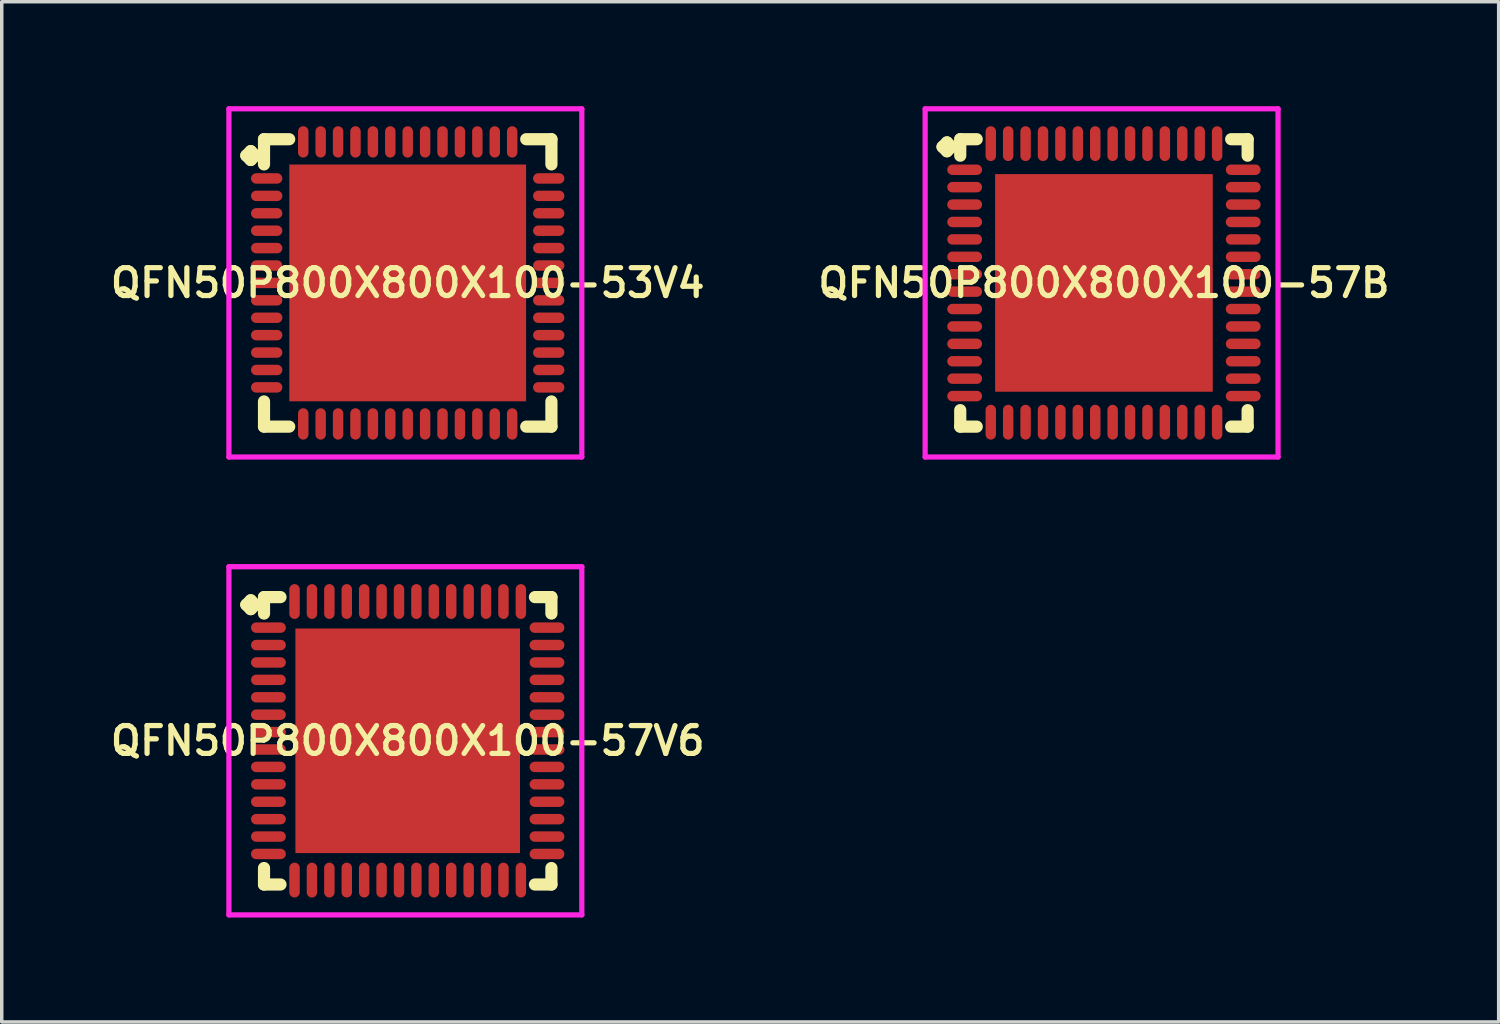
<source format=kicad_pcb>
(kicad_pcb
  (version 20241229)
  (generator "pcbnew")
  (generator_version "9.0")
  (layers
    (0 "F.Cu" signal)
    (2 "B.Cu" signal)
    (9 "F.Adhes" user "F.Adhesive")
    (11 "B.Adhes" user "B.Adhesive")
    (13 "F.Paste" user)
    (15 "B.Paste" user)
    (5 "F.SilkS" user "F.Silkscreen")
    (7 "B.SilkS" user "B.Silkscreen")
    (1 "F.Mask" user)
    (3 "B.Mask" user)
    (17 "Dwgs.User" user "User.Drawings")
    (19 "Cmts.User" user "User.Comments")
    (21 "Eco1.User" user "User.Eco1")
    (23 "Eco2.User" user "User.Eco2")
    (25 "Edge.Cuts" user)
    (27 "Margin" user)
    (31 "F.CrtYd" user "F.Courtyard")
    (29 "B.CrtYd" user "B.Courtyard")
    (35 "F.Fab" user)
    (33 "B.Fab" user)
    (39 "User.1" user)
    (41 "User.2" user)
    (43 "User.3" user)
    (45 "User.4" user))
  (footprint "QFN50P800X800X100-53V4"
    (layer "F.Cu")
    (at 8.659 5.075)
    (property "Reference" "QFN50P800X800X100-53V4" (at 0 0 0) (layer "F.SilkS") (effects (font (size 0.8 0.8) (thickness 0.15))))
    (attr through_hole)
    (fp_line (start -4.635 -3.658) (end -4.508 -3.785) (stroke (width 0.35) (type solid)) (layer "F.SilkS"))
    (fp_line (start -4.508 -3.785) (end -4.381 -3.658) (stroke (width 0.35) (type solid)) (layer "F.SilkS"))
    (fp_line (start -4.508 -3.531) (end -4.635 -3.658) (stroke (width 0.35) (type solid)) (layer "F.SilkS"))
    (fp_line (start -4.381 -3.658) (end -4.508 -3.531) (stroke (width 0.35) (type solid)) (layer "F.SilkS"))
    (fp_line (start -4.127 -4.127) (end -3.404 -4.127) (stroke (width 0.35) (type solid)) (layer "F.SilkS"))
    (fp_line (start -4.127 -3.404) (end -4.127 -4.127) (stroke (width 0.35) (type solid)) (layer "F.SilkS"))
    (fp_line (start -4.127 3.404) (end -4.127 4.127) (stroke (width 0.35) (type solid)) (layer "F.SilkS"))
    (fp_line (start -4.127 4.127) (end -3.404 4.127) (stroke (width 0.35) (type solid)) (layer "F.SilkS"))
    (fp_line (start 3.404 -4.127) (end 4.127 -4.127) (stroke (width 0.35) (type solid)) (layer "F.SilkS"))
    (fp_line (start 3.404 4.127) (end 4.127 4.127) (stroke (width 0.35) (type solid)) (layer "F.SilkS"))
    (fp_line (start 4.127 -4.127) (end 4.127 -3.404) (stroke (width 0.35) (type solid)) (layer "F.SilkS"))
    (fp_line (start 4.127 4.127) (end 4.127 3.404) (stroke (width 0.35) (type solid)) (layer "F.SilkS"))
    (fp_line (start -5.135 -5) (end 5 -5) (stroke (width 0.15) (type solid)) (layer "F.CrtYd"))
    (fp_line (start -5.135 5) (end -5.135 -5) (stroke (width 0.15) (type solid)) (layer "F.CrtYd"))
    (fp_line (start 5 -5) (end 5 5) (stroke (width 0.15) (type solid)) (layer "F.CrtYd"))
    (fp_line (start 5 5) (end -5.135 5) (stroke (width 0.15) (type solid)) (layer "F.CrtYd"))
    (pad "1" smd oval (at -4.05 -3) (size 0.9 0.3) (layers "F.Cu" "F.Mask" "F.Paste"))
    (pad "2" smd oval (at -4.05 -2.5) (size 0.9 0.3) (layers "F.Cu" "F.Mask" "F.Paste"))
    (pad "3" smd oval (at -4.05 -2) (size 0.9 0.3) (layers "F.Cu" "F.Mask" "F.Paste"))
    (pad "4" smd oval (at -4.05 -1.5) (size 0.9 0.3) (layers "F.Cu" "F.Mask" "F.Paste"))
    (pad "5" smd oval (at -4.05 -1) (size 0.9 0.3) (layers "F.Cu" "F.Mask" "F.Paste"))
    (pad "6" smd oval (at -4.05 -0.5) (size 0.9 0.3) (layers "F.Cu" "F.Mask" "F.Paste"))
    (pad "7" smd oval (at -4.05 0) (size 0.9 0.3) (layers "F.Cu" "F.Mask" "F.Paste"))
    (pad "8" smd oval (at -4.05 0.5) (size 0.9 0.3) (layers "F.Cu" "F.Mask" "F.Paste"))
    (pad "9" smd oval (at -4.05 1) (size 0.9 0.3) (layers "F.Cu" "F.Mask" "F.Paste"))
    (pad "10" smd oval (at -4.05 1.5) (size 0.9 0.3) (layers "F.Cu" "F.Mask" "F.Paste"))
    (pad "11" smd oval (at -4.05 2) (size 0.9 0.3) (layers "F.Cu" "F.Mask" "F.Paste"))
    (pad "12" smd oval (at -4.05 2.5) (size 0.9 0.3) (layers "F.Cu" "F.Mask" "F.Paste"))
    (pad "13" smd oval (at -4.05 3) (size 0.9 0.3) (layers "F.Cu" "F.Mask" "F.Paste"))
    (pad "14" smd oval (at -3 4.05) (size 0.3 0.9) (layers "F.Cu" "F.Mask" "F.Paste"))
    (pad "15" smd oval (at -2.5 4.05) (size 0.3 0.9) (layers "F.Cu" "F.Mask" "F.Paste"))
    (pad "16" smd oval (at -2 4.05) (size 0.3 0.9) (layers "F.Cu" "F.Mask" "F.Paste"))
    (pad "17" smd oval (at -1.5 4.05) (size 0.3 0.9) (layers "F.Cu" "F.Mask" "F.Paste"))
    (pad "18" smd oval (at -1 4.05) (size 0.3 0.9) (layers "F.Cu" "F.Mask" "F.Paste"))
    (pad "19" smd oval (at -0.5 4.05) (size 0.3 0.9) (layers "F.Cu" "F.Mask" "F.Paste"))
    (pad "20" smd oval (at 0 4.05) (size 0.3 0.9) (layers "F.Cu" "F.Mask" "F.Paste"))
    (pad "21" smd oval (at 0.5 4.05) (size 0.3 0.9) (layers "F.Cu" "F.Mask" "F.Paste"))
    (pad "22" smd oval (at 1 4.05) (size 0.3 0.9) (layers "F.Cu" "F.Mask" "F.Paste"))
    (pad "23" smd oval (at 1.5 4.05) (size 0.3 0.9) (layers "F.Cu" "F.Mask" "F.Paste"))
    (pad "24" smd oval (at 2 4.05) (size 0.3 0.9) (layers "F.Cu" "F.Mask" "F.Paste"))
    (pad "25" smd oval (at 2.5 4.05) (size 0.3 0.9) (layers "F.Cu" "F.Mask" "F.Paste"))
    (pad "26" smd oval (at 3 4.05) (size 0.3 0.9) (layers "F.Cu" "F.Mask" "F.Paste"))
    (pad "27" smd oval (at 4.05 3) (size 0.9 0.3) (layers "F.Cu" "F.Mask" "F.Paste"))
    (pad "28" smd oval (at 4.05 2.5) (size 0.9 0.3) (layers "F.Cu" "F.Mask" "F.Paste"))
    (pad "29" smd oval (at 4.05 2) (size 0.9 0.3) (layers "F.Cu" "F.Mask" "F.Paste"))
    (pad "30" smd oval (at 4.05 1.5) (size 0.9 0.3) (layers "F.Cu" "F.Mask" "F.Paste"))
    (pad "31" smd oval (at 4.05 1) (size 0.9 0.3) (layers "F.Cu" "F.Mask" "F.Paste"))
    (pad "32" smd oval (at 4.05 0.5) (size 0.9 0.3) (layers "F.Cu" "F.Mask" "F.Paste"))
    (pad "33" smd oval (at 4.05 0) (size 0.9 0.3) (layers "F.Cu" "F.Mask" "F.Paste"))
    (pad "34" smd oval (at 4.05 -0.5) (size 0.9 0.3) (layers "F.Cu" "F.Mask" "F.Paste"))
    (pad "35" smd oval (at 4.05 -1) (size 0.9 0.3) (layers "F.Cu" "F.Mask" "F.Paste"))
    (pad "36" smd oval (at 4.05 -1.5) (size 0.9 0.3) (layers "F.Cu" "F.Mask" "F.Paste"))
    (pad "37" smd oval (at 4.05 -2) (size 0.9 0.3) (layers "F.Cu" "F.Mask" "F.Paste"))
    (pad "38" smd oval (at 4.05 -2.5) (size 0.9 0.3) (layers "F.Cu" "F.Mask" "F.Paste"))
    (pad "39" smd oval (at 4.05 -3) (size 0.9 0.3) (layers "F.Cu" "F.Mask" "F.Paste"))
    (pad "40" smd oval (at 3 -4.05) (size 0.3 0.9) (layers "F.Cu" "F.Mask" "F.Paste"))
    (pad "41" smd oval (at 2.5 -4.05) (size 0.3 0.9) (layers "F.Cu" "F.Mask" "F.Paste"))
    (pad "42" smd oval (at 2 -4.05) (size 0.3 0.9) (layers "F.Cu" "F.Mask" "F.Paste"))
    (pad "43" smd oval (at 1.5 -4.05) (size 0.3 0.9) (layers "F.Cu" "F.Mask" "F.Paste"))
    (pad "44" smd oval (at 1 -4.05) (size 0.3 0.9) (layers "F.Cu" "F.Mask" "F.Paste"))
    (pad "45" smd oval (at 0.5 -4.05) (size 0.3 0.9) (layers "F.Cu" "F.Mask" "F.Paste"))
    (pad "46" smd oval (at 0 -4.05) (size 0.3 0.9) (layers "F.Cu" "F.Mask" "F.Paste"))
    (pad "47" smd oval (at -0.5 -4.05) (size 0.3 0.9) (layers "F.Cu" "F.Mask" "F.Paste"))
    (pad "48" smd oval (at -1 -4.05) (size 0.3 0.9) (layers "F.Cu" "F.Mask" "F.Paste"))
    (pad "49" smd oval (at -1.5 -4.05) (size 0.3 0.9) (layers "F.Cu" "F.Mask" "F.Paste"))
    (pad "50" smd oval (at -2 -4.05) (size 0.3 0.9) (layers "F.Cu" "F.Mask" "F.Paste"))
    (pad "51" smd oval (at -2.5 -4.05) (size 0.3 0.9) (layers "F.Cu" "F.Mask" "F.Paste"))
    (pad "52" smd oval (at -3 -4.05) (size 0.3 0.9) (layers "F.Cu" "F.Mask" "F.Paste"))
    (pad "53" smd rect (at 0 0) (size 6.8 6.8) (layers "F.Cu" "F.Mask" "F.Paste")))
  (footprint "QFN50P800X800X100-57B"
    (layer "F.Cu")
    (at 28.654 5.075)
    (property "Reference" "QFN50P800X800X100-57B" (at 0 0 0) (layer "F.SilkS") (effects (font (size 0.8 0.8) (thickness 0.15))))
    (attr smd)
    (fp_line (start -4.635 -3.908) (end -4.508 -4.035) (stroke (width 0.35) (type solid)) (layer "F.SilkS"))
    (fp_line (start -4.508 -4.035) (end -4.381 -3.908) (stroke (width 0.35) (type solid)) (layer "F.SilkS"))
    (fp_line (start -4.508 -3.781) (end -4.635 -3.908) (stroke (width 0.35) (type solid)) (layer "F.SilkS"))
    (fp_line (start -4.381 -3.908) (end -4.508 -3.781) (stroke (width 0.35) (type solid)) (layer "F.SilkS"))
    (fp_line (start -4.127 -4.127) (end -3.654 -4.127) (stroke (width 0.35) (type solid)) (layer "F.SilkS"))
    (fp_line (start -4.127 -3.654) (end -4.127 -4.127) (stroke (width 0.35) (type solid)) (layer "F.SilkS"))
    (fp_line (start -4.127 3.654) (end -4.127 4.127) (stroke (width 0.35) (type solid)) (layer "F.SilkS"))
    (fp_line (start -4.127 4.127) (end -3.654 4.127) (stroke (width 0.35) (type solid)) (layer "F.SilkS"))
    (fp_line (start 3.654 -4.127) (end 4.127 -4.127) (stroke (width 0.35) (type solid)) (layer "F.SilkS"))
    (fp_line (start 3.654 4.127) (end 4.127 4.127) (stroke (width 0.35) (type solid)) (layer "F.SilkS"))
    (fp_line (start 4.127 -4.127) (end 4.127 -3.654) (stroke (width 0.35) (type solid)) (layer "F.SilkS"))
    (fp_line (start 4.127 4.127) (end 4.127 3.654) (stroke (width 0.35) (type solid)) (layer "F.SilkS"))
    (fp_line (start -5.135 -5) (end 5 -5) (stroke (width 0.15) (type solid)) (layer "F.CrtYd"))
    (fp_line (start -5.135 5) (end -5.135 -5) (stroke (width 0.15) (type solid)) (layer "F.CrtYd"))
    (fp_line (start 5 -5) (end 5 5) (stroke (width 0.15) (type solid)) (layer "F.CrtYd"))
    (fp_line (start 5 5) (end -5.135 5) (stroke (width 0.15) (type solid)) (layer "F.CrtYd"))
    (pad "1" smd oval (at -4 -3.25) (size 1 0.3) (layers "F.Cu" "F.Mask" "F.Paste"))
    (pad "2" smd oval (at -4 -2.75) (size 1 0.3) (layers "F.Cu" "F.Mask" "F.Paste"))
    (pad "3" smd oval (at -4 -2.25) (size 1 0.3) (layers "F.Cu" "F.Mask" "F.Paste"))
    (pad "4" smd oval (at -4 -1.75) (size 1 0.3) (layers "F.Cu" "F.Mask" "F.Paste"))
    (pad "5" smd oval (at -4 -1.25) (size 1 0.3) (layers "F.Cu" "F.Mask" "F.Paste"))
    (pad "6" smd oval (at -4 -0.75) (size 1 0.3) (layers "F.Cu" "F.Mask" "F.Paste"))
    (pad "7" smd oval (at -4 -0.25) (size 1 0.3) (layers "F.Cu" "F.Mask" "F.Paste"))
    (pad "8" smd oval (at -4 0.25) (size 1 0.3) (layers "F.Cu" "F.Mask" "F.Paste"))
    (pad "9" smd oval (at -4 0.75) (size 1 0.3) (layers "F.Cu" "F.Mask" "F.Paste"))
    (pad "10" smd oval (at -4 1.25) (size 1 0.3) (layers "F.Cu" "F.Mask" "F.Paste"))
    (pad "11" smd oval (at -4 1.75) (size 1 0.3) (layers "F.Cu" "F.Mask" "F.Paste"))
    (pad "12" smd oval (at -4 2.25) (size 1 0.3) (layers "F.Cu" "F.Mask" "F.Paste"))
    (pad "13" smd oval (at -4 2.75) (size 1 0.3) (layers "F.Cu" "F.Mask" "F.Paste"))
    (pad "14" smd oval (at -4 3.25) (size 1 0.3) (layers "F.Cu" "F.Mask" "F.Paste"))
    (pad "15" smd oval (at -3.25 4) (size 0.3 1) (layers "F.Cu" "F.Mask" "F.Paste"))
    (pad "16" smd oval (at -2.75 4) (size 0.3 1) (layers "F.Cu" "F.Mask" "F.Paste"))
    (pad "17" smd oval (at -2.25 4) (size 0.3 1) (layers "F.Cu" "F.Mask" "F.Paste"))
    (pad "18" smd oval (at -1.75 4) (size 0.3 1) (layers "F.Cu" "F.Mask" "F.Paste"))
    (pad "19" smd oval (at -1.25 4) (size 0.3 1) (layers "F.Cu" "F.Mask" "F.Paste"))
    (pad "20" smd oval (at -0.75 4) (size 0.3 1) (layers "F.Cu" "F.Mask" "F.Paste"))
    (pad "21" smd oval (at -0.25 4) (size 0.3 1) (layers "F.Cu" "F.Mask" "F.Paste"))
    (pad "22" smd oval (at 0.25 4) (size 0.3 1) (layers "F.Cu" "F.Mask" "F.Paste"))
    (pad "23" smd oval (at 0.75 4) (size 0.3 1) (layers "F.Cu" "F.Mask" "F.Paste"))
    (pad "24" smd oval (at 1.25 4) (size 0.3 1) (layers "F.Cu" "F.Mask" "F.Paste"))
    (pad "25" smd oval (at 1.75 4) (size 0.3 1) (layers "F.Cu" "F.Mask" "F.Paste"))
    (pad "26" smd oval (at 2.25 4) (size 0.3 1) (layers "F.Cu" "F.Mask" "F.Paste"))
    (pad "27" smd oval (at 2.75 4) (size 0.3 1) (layers "F.Cu" "F.Mask" "F.Paste"))
    (pad "28" smd oval (at 3.25 4) (size 0.3 1) (layers "F.Cu" "F.Mask" "F.Paste"))
    (pad "29" smd oval (at 4 3.25) (size 1 0.3) (layers "F.Cu" "F.Mask" "F.Paste"))
    (pad "30" smd oval (at 4 2.75) (size 1 0.3) (layers "F.Cu" "F.Mask" "F.Paste"))
    (pad "31" smd oval (at 4 2.25) (size 1 0.3) (layers "F.Cu" "F.Mask" "F.Paste"))
    (pad "32" smd oval (at 4 1.75) (size 1 0.3) (layers "F.Cu" "F.Mask" "F.Paste"))
    (pad "33" smd oval (at 4 1.25) (size 1 0.3) (layers "F.Cu" "F.Mask" "F.Paste"))
    (pad "34" smd oval (at 4 0.75) (size 1 0.3) (layers "F.Cu" "F.Mask" "F.Paste"))
    (pad "35" smd oval (at 4 0.25) (size 1 0.3) (layers "F.Cu" "F.Mask" "F.Paste"))
    (pad "36" smd oval (at 4 -0.25) (size 1 0.3) (layers "F.Cu" "F.Mask" "F.Paste"))
    (pad "37" smd oval (at 4 -0.75) (size 1 0.3) (layers "F.Cu" "F.Mask" "F.Paste"))
    (pad "38" smd oval (at 4 -1.25) (size 1 0.3) (layers "F.Cu" "F.Mask" "F.Paste"))
    (pad "39" smd oval (at 4 -1.75) (size 1 0.3) (layers "F.Cu" "F.Mask" "F.Paste"))
    (pad "40" smd oval (at 4 -2.25) (size 1 0.3) (layers "F.Cu" "F.Mask" "F.Paste"))
    (pad "41" smd oval (at 4 -2.75) (size 1 0.3) (layers "F.Cu" "F.Mask" "F.Paste"))
    (pad "42" smd oval (at 4 -3.25) (size 1 0.3) (layers "F.Cu" "F.Mask" "F.Paste"))
    (pad "43" smd oval (at 3.25 -4) (size 0.3 1) (layers "F.Cu" "F.Mask" "F.Paste"))
    (pad "44" smd oval (at 2.75 -4) (size 0.3 1) (layers "F.Cu" "F.Mask" "F.Paste"))
    (pad "45" smd oval (at 2.25 -4) (size 0.3 1) (layers "F.Cu" "F.Mask" "F.Paste"))
    (pad "46" smd oval (at 1.75 -4) (size 0.3 1) (layers "F.Cu" "F.Mask" "F.Paste"))
    (pad "47" smd oval (at 1.25 -4) (size 0.3 1) (layers "F.Cu" "F.Mask" "F.Paste"))
    (pad "48" smd oval (at 0.75 -4) (size 0.3 1) (layers "F.Cu" "F.Mask" "F.Paste"))
    (pad "49" smd oval (at 0.25 -4) (size 0.3 1) (layers "F.Cu" "F.Mask" "F.Paste"))
    (pad "50" smd oval (at -0.25 -4) (size 0.3 1) (layers "F.Cu" "F.Mask" "F.Paste"))
    (pad "51" smd oval (at -0.75 -4) (size 0.3 1) (layers "F.Cu" "F.Mask" "F.Paste"))
    (pad "52" smd oval (at -1.25 -4) (size 0.3 1) (layers "F.Cu" "F.Mask" "F.Paste"))
    (pad "53" smd oval (at -1.75 -4) (size 0.3 1) (layers "F.Cu" "F.Mask" "F.Paste"))
    (pad "54" smd oval (at -2.25 -4) (size 0.3 1) (layers "F.Cu" "F.Mask" "F.Paste"))
    (pad "55" smd oval (at -2.75 -4) (size 0.3 1) (layers "F.Cu" "F.Mask" "F.Paste"))
    (pad "56" smd oval (at -3.25 -4) (size 0.3 1) (layers "F.Cu" "F.Mask" "F.Paste"))
    (pad "57" smd rect (at 0 0) (size 6.25 6.25) (layers "F.Cu" "F.Mask" "F.Paste")))
  (footprint "QFN50P800X800X100-57V6"
    (layer "F.Cu")
    (at 8.659 18.225)
    (property "Reference" "QFN50P800X800X100-57V6" (at 0 0 0) (layer "F.SilkS") (effects (font (size 0.8 0.8) (thickness 0.15))))
    (attr smd)
    (fp_line (start -4.635 -3.908) (end -4.508 -4.035) (stroke (width 0.35) (type solid)) (layer "F.SilkS"))
    (fp_line (start -4.508 -4.035) (end -4.381 -3.908) (stroke (width 0.35) (type solid)) (layer "F.SilkS"))
    (fp_line (start -4.508 -3.781) (end -4.635 -3.908) (stroke (width 0.35) (type solid)) (layer "F.SilkS"))
    (fp_line (start -4.381 -3.908) (end -4.508 -3.781) (stroke (width 0.35) (type solid)) (layer "F.SilkS"))
    (fp_line (start -4.127 -4.127) (end -3.654 -4.127) (stroke (width 0.35) (type solid)) (layer "F.SilkS"))
    (fp_line (start -4.127 -3.654) (end -4.127 -4.127) (stroke (width 0.35) (type solid)) (layer "F.SilkS"))
    (fp_line (start -4.127 3.654) (end -4.127 4.127) (stroke (width 0.35) (type solid)) (layer "F.SilkS"))
    (fp_line (start -4.127 4.127) (end -3.654 4.127) (stroke (width 0.35) (type solid)) (layer "F.SilkS"))
    (fp_line (start 3.654 -4.127) (end 4.127 -4.127) (stroke (width 0.35) (type solid)) (layer "F.SilkS"))
    (fp_line (start 3.654 4.127) (end 4.127 4.127) (stroke (width 0.35) (type solid)) (layer "F.SilkS"))
    (fp_line (start 4.127 -4.127) (end 4.127 -3.654) (stroke (width 0.35) (type solid)) (layer "F.SilkS"))
    (fp_line (start 4.127 4.127) (end 4.127 3.654) (stroke (width 0.35) (type solid)) (layer "F.SilkS"))
    (fp_line (start -5.135 -5) (end 5 -5) (stroke (width 0.15) (type solid)) (layer "F.CrtYd"))
    (fp_line (start -5.135 5) (end -5.135 -5) (stroke (width 0.15) (type solid)) (layer "F.CrtYd"))
    (fp_line (start 5 -5) (end 5 5) (stroke (width 0.15) (type solid)) (layer "F.CrtYd"))
    (fp_line (start 5 5) (end -5.135 5) (stroke (width 0.15) (type solid)) (layer "F.CrtYd"))
    (pad "1" smd oval (at -4 -3.25) (size 1 0.3) (layers "F.Cu" "F.Mask" "F.Paste"))
    (pad "2" smd oval (at -4 -2.75) (size 1 0.3) (layers "F.Cu" "F.Mask" "F.Paste"))
    (pad "3" smd oval (at -4 -2.25) (size 1 0.3) (layers "F.Cu" "F.Mask" "F.Paste"))
    (pad "4" smd oval (at -4 -1.75) (size 1 0.3) (layers "F.Cu" "F.Mask" "F.Paste"))
    (pad "5" smd oval (at -4 -1.25) (size 1 0.3) (layers "F.Cu" "F.Mask" "F.Paste"))
    (pad "6" smd oval (at -4 -0.75) (size 1 0.3) (layers "F.Cu" "F.Mask" "F.Paste"))
    (pad "7" smd oval (at -4 -0.25) (size 1 0.3) (layers "F.Cu" "F.Mask" "F.Paste"))
    (pad "8" smd oval (at -4 0.25) (size 1 0.3) (layers "F.Cu" "F.Mask" "F.Paste"))
    (pad "9" smd oval (at -4 0.75) (size 1 0.3) (layers "F.Cu" "F.Mask" "F.Paste"))
    (pad "10" smd oval (at -4 1.25) (size 1 0.3) (layers "F.Cu" "F.Mask" "F.Paste"))
    (pad "11" smd oval (at -4 1.75) (size 1 0.3) (layers "F.Cu" "F.Mask" "F.Paste"))
    (pad "12" smd oval (at -4 2.25) (size 1 0.3) (layers "F.Cu" "F.Mask" "F.Paste"))
    (pad "13" smd oval (at -4 2.75) (size 1 0.3) (layers "F.Cu" "F.Mask" "F.Paste"))
    (pad "14" smd oval (at -4 3.25) (size 1 0.3) (layers "F.Cu" "F.Mask" "F.Paste"))
    (pad "15" smd oval (at -3.25 4) (size 0.3 1) (layers "F.Cu" "F.Mask" "F.Paste"))
    (pad "16" smd oval (at -2.75 4) (size 0.3 1) (layers "F.Cu" "F.Mask" "F.Paste"))
    (pad "17" smd oval (at -2.25 4) (size 0.3 1) (layers "F.Cu" "F.Mask" "F.Paste"))
    (pad "18" smd oval (at -1.75 4) (size 0.3 1) (layers "F.Cu" "F.Mask" "F.Paste"))
    (pad "19" smd oval (at -1.25 4) (size 0.3 1) (layers "F.Cu" "F.Mask" "F.Paste"))
    (pad "20" smd oval (at -0.75 4) (size 0.3 1) (layers "F.Cu" "F.Mask" "F.Paste"))
    (pad "21" smd oval (at -0.25 4) (size 0.3 1) (layers "F.Cu" "F.Mask" "F.Paste"))
    (pad "22" smd oval (at 0.25 4) (size 0.3 1) (layers "F.Cu" "F.Mask" "F.Paste"))
    (pad "23" smd oval (at 0.75 4) (size 0.3 1) (layers "F.Cu" "F.Mask" "F.Paste"))
    (pad "24" smd oval (at 1.25 4) (size 0.3 1) (layers "F.Cu" "F.Mask" "F.Paste"))
    (pad "25" smd oval (at 1.75 4) (size 0.3 1) (layers "F.Cu" "F.Mask" "F.Paste"))
    (pad "26" smd oval (at 2.25 4) (size 0.3 1) (layers "F.Cu" "F.Mask" "F.Paste"))
    (pad "27" smd oval (at 2.75 4) (size 0.3 1) (layers "F.Cu" "F.Mask" "F.Paste"))
    (pad "28" smd oval (at 3.25 4) (size 0.3 1) (layers "F.Cu" "F.Mask" "F.Paste"))
    (pad "29" smd oval (at 4 3.25) (size 1 0.3) (layers "F.Cu" "F.Mask" "F.Paste"))
    (pad "30" smd oval (at 4 2.75) (size 1 0.3) (layers "F.Cu" "F.Mask" "F.Paste"))
    (pad "31" smd oval (at 4 2.25) (size 1 0.3) (layers "F.Cu" "F.Mask" "F.Paste"))
    (pad "32" smd oval (at 4 1.75) (size 1 0.3) (layers "F.Cu" "F.Mask" "F.Paste"))
    (pad "33" smd oval (at 4 1.25) (size 1 0.3) (layers "F.Cu" "F.Mask" "F.Paste"))
    (pad "34" smd oval (at 4 0.75) (size 1 0.3) (layers "F.Cu" "F.Mask" "F.Paste"))
    (pad "35" smd oval (at 4 0.25) (size 1 0.3) (layers "F.Cu" "F.Mask" "F.Paste"))
    (pad "36" smd oval (at 4 -0.25) (size 1 0.3) (layers "F.Cu" "F.Mask" "F.Paste"))
    (pad "37" smd oval (at 4 -0.75) (size 1 0.3) (layers "F.Cu" "F.Mask" "F.Paste"))
    (pad "38" smd oval (at 4 -1.25) (size 1 0.3) (layers "F.Cu" "F.Mask" "F.Paste"))
    (pad "39" smd oval (at 4 -1.75) (size 1 0.3) (layers "F.Cu" "F.Mask" "F.Paste"))
    (pad "40" smd oval (at 4 -2.25) (size 1 0.3) (layers "F.Cu" "F.Mask" "F.Paste"))
    (pad "41" smd oval (at 4 -2.75) (size 1 0.3) (layers "F.Cu" "F.Mask" "F.Paste"))
    (pad "42" smd oval (at 4 -3.25) (size 1 0.3) (layers "F.Cu" "F.Mask" "F.Paste"))
    (pad "43" smd oval (at 3.25 -4) (size 0.3 1) (layers "F.Cu" "F.Mask" "F.Paste"))
    (pad "44" smd oval (at 2.75 -4) (size 0.3 1) (layers "F.Cu" "F.Mask" "F.Paste"))
    (pad "45" smd oval (at 2.25 -4) (size 0.3 1) (layers "F.Cu" "F.Mask" "F.Paste"))
    (pad "46" smd oval (at 1.75 -4) (size 0.3 1) (layers "F.Cu" "F.Mask" "F.Paste"))
    (pad "47" smd oval (at 1.25 -4) (size 0.3 1) (layers "F.Cu" "F.Mask" "F.Paste"))
    (pad "48" smd oval (at 0.75 -4) (size 0.3 1) (layers "F.Cu" "F.Mask" "F.Paste"))
    (pad "49" smd oval (at 0.25 -4) (size 0.3 1) (layers "F.Cu" "F.Mask" "F.Paste"))
    (pad "50" smd oval (at -0.25 -4) (size 0.3 1) (layers "F.Cu" "F.Mask" "F.Paste"))
    (pad "51" smd oval (at -0.75 -4) (size 0.3 1) (layers "F.Cu" "F.Mask" "F.Paste"))
    (pad "52" smd oval (at -1.25 -4) (size 0.3 1) (layers "F.Cu" "F.Mask" "F.Paste"))
    (pad "53" smd oval (at -1.75 -4) (size 0.3 1) (layers "F.Cu" "F.Mask" "F.Paste"))
    (pad "54" smd oval (at -2.25 -4) (size 0.3 1) (layers "F.Cu" "F.Mask" "F.Paste"))
    (pad "55" smd oval (at -2.75 -4) (size 0.3 1) (layers "F.Cu" "F.Mask" "F.Paste"))
    (pad "56" smd oval (at -3.25 -4) (size 0.3 1) (layers "F.Cu" "F.Mask" "F.Paste"))
    (pad "57" smd rect (at 0 0) (size 6.45 6.45) (layers "F.Cu" "F.Mask" "F.Paste")))
  (gr_rect
    (start -3 -3)
    (end 39.99 26.3)
    (stroke (width 0.1) (type default))
    (fill no)
    (layer "Edge.Cuts")))
</source>
